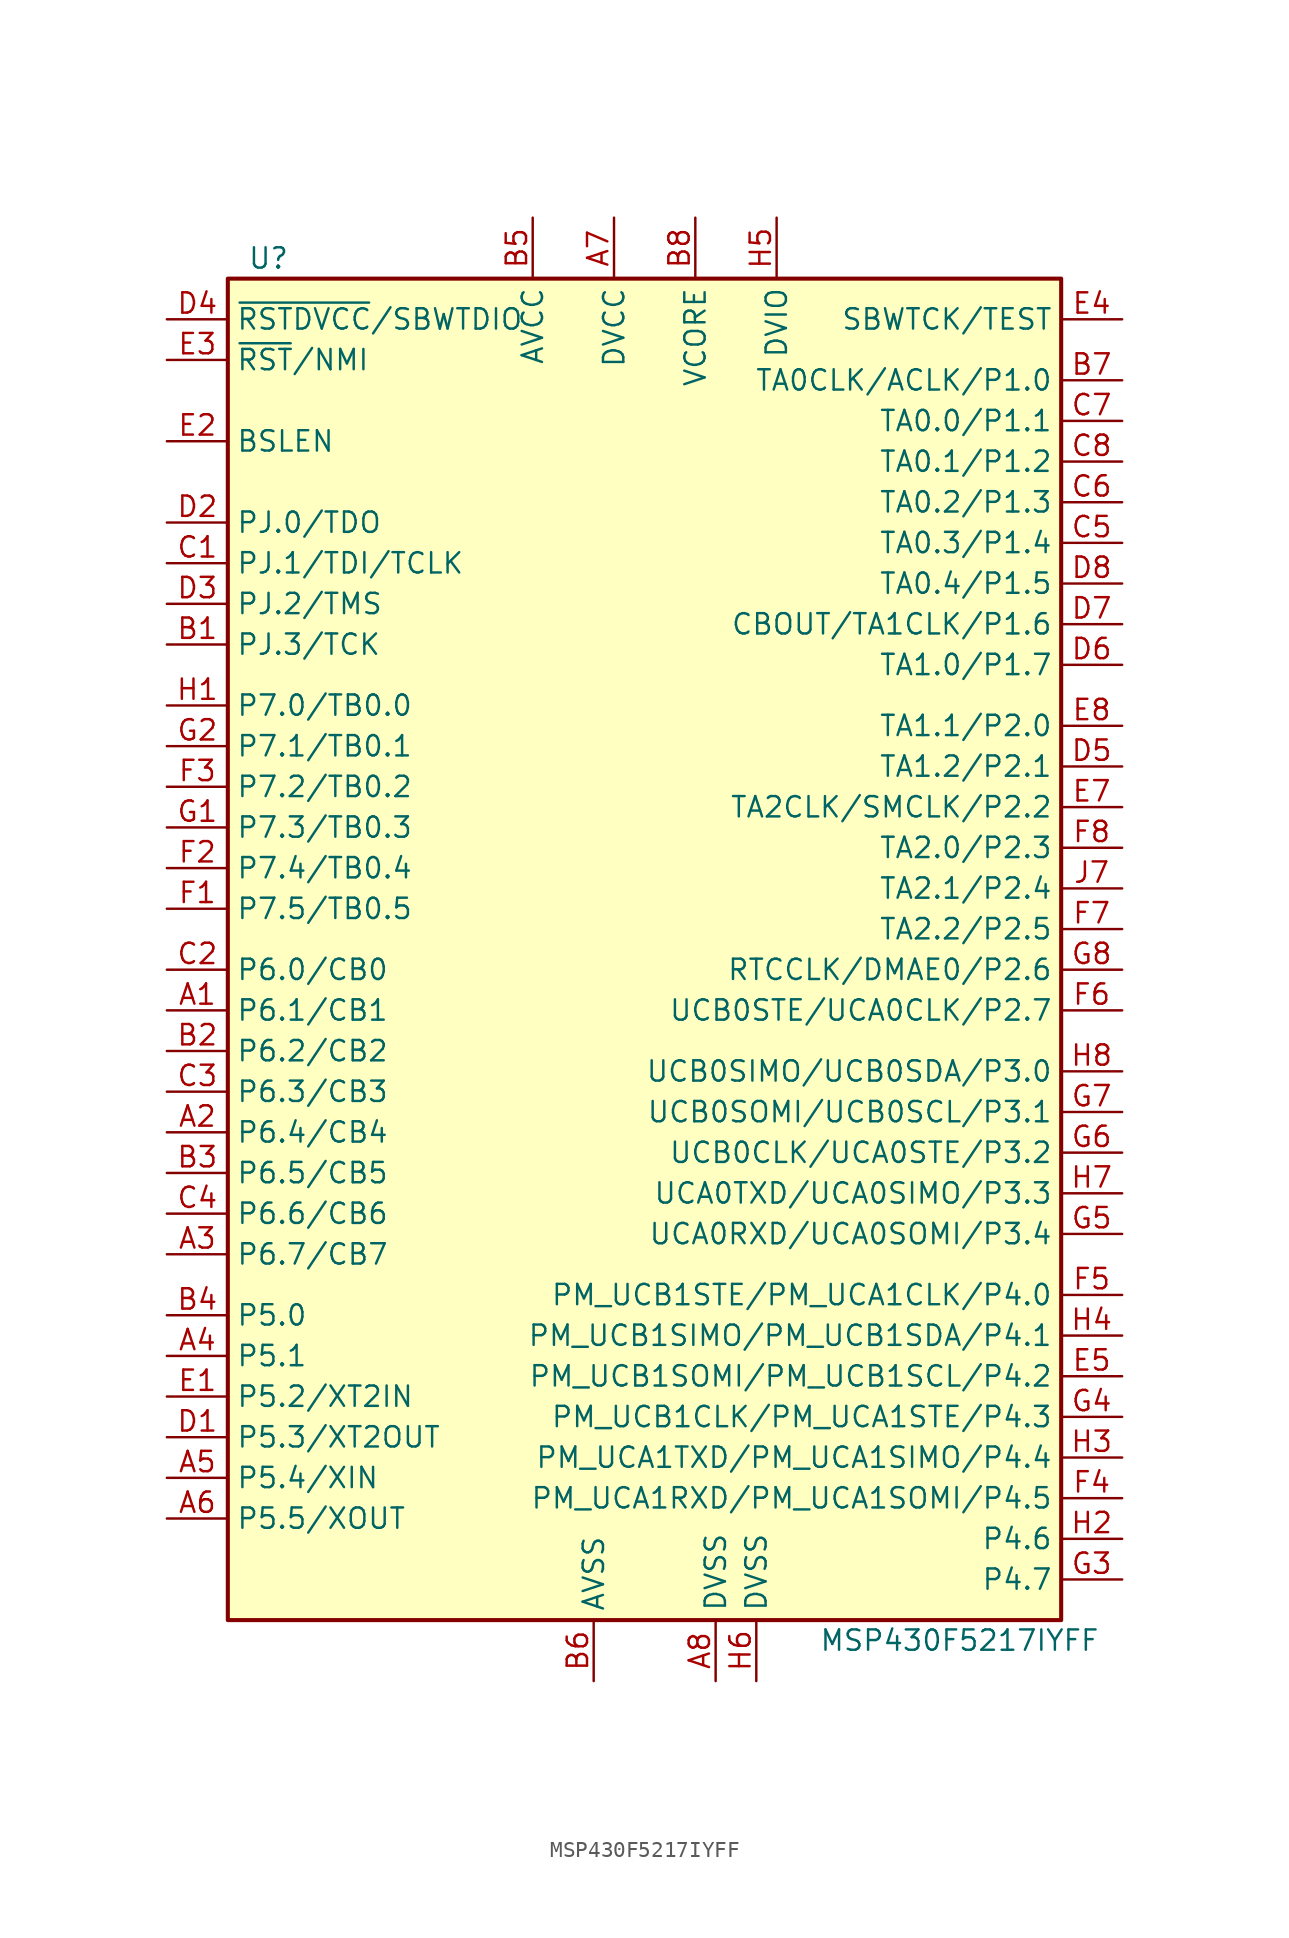
<source format=kicad_sym>
(kicad_symbol_lib
  (version 20241209)
  (generator "kicad_symbol_editor")
  (generator_version "9.0")
  (symbol "MSP430F5217IYFF"
    (property "Reference" "U"
      (at -24.13 43.18 0)
      (effects (font (size 1.27 1.27))))
    (property "Value" "MSP430F5217IYFF"
      (at 19.05 -43.18 0)
      (effects (font (size 1.27 1.27))))
    (symbol "MSP430F5217IYFF_0_1"
      (rectangle (start -26.67 41.91) (end 25.4 -41.91) (stroke (width 0.254) (type default)) (fill (type background))))
    (symbol "MSP430F5217IYFF_1_1"
      (pin bidirectional line (at -30.48 39.37 0) (length 3.81) (name "~{RSTDVCC}/SBWTDIO" (effects (font (size 1.27 1.27)))) (number "D4" (effects (font (size 1.27 1.27)))))
      (pin input line (at -30.48 36.83 0) (length 3.81) (name "~{RST}/NMI" (effects (font (size 1.27 1.27)))) (number "E3" (effects (font (size 1.27 1.27)))))
      (pin bidirectional line (at -30.48 31.75 0) (length 3.81) (name "BSLEN" (effects (font (size 1.27 1.27)))) (number "E2" (effects (font (size 1.27 1.27)))))
      (pin bidirectional line (at -30.48 26.67 0) (length 3.81) (name "PJ.0/TDO" (effects (font (size 1.27 1.27)))) (number "D2" (effects (font (size 1.27 1.27)))))
      (pin bidirectional line (at -30.48 24.13 0) (length 3.81) (name "PJ.1/TDI/TCLK" (effects (font (size 1.27 1.27)))) (number "C1" (effects (font (size 1.27 1.27)))))
      (pin bidirectional line (at -30.48 21.59 0) (length 3.81) (name "PJ.2/TMS" (effects (font (size 1.27 1.27)))) (number "D3" (effects (font (size 1.27 1.27)))))
      (pin bidirectional line (at -30.48 19.05 0) (length 3.81) (name "PJ.3/TCK" (effects (font (size 1.27 1.27)))) (number "B1" (effects (font (size 1.27 1.27)))))
      (pin bidirectional line (at -30.48 15.24 0) (length 3.81) (name "P7.0/TB0.0" (effects (font (size 1.27 1.27)))) (number "H1" (effects (font (size 1.27 1.27)))))
      (pin bidirectional line (at -30.48 12.7 0) (length 3.81) (name "P7.1/TB0.1" (effects (font (size 1.27 1.27)))) (number "G2" (effects (font (size 1.27 1.27)))))
      (pin bidirectional line (at -30.48 10.16 0) (length 3.81) (name "P7.2/TB0.2" (effects (font (size 1.27 1.27)))) (number "F3" (effects (font (size 1.27 1.27)))))
      (pin bidirectional line (at -30.48 7.62 0) (length 3.81) (name "P7.3/TB0.3" (effects (font (size 1.27 1.27)))) (number "G1" (effects (font (size 1.27 1.27)))))
      (pin bidirectional line (at -30.48 5.08 0) (length 3.81) (name "P7.4/TB0.4" (effects (font (size 1.27 1.27)))) (number "F2" (effects (font (size 1.27 1.27)))))
      (pin bidirectional line (at -30.48 2.54 0) (length 3.81) (name "P7.5/TB0.5" (effects (font (size 1.27 1.27)))) (number "F1" (effects (font (size 1.27 1.27)))))
      (pin bidirectional line (at -30.48 -1.27 0) (length 3.81) (name "P6.0/CB0" (effects (font (size 1.27 1.27)))) (number "C2" (effects (font (size 1.27 1.27)))))
      (pin bidirectional line (at -30.48 -3.81 0) (length 3.81) (name "P6.1/CB1" (effects (font (size 1.27 1.27)))) (number "A1" (effects (font (size 1.27 1.27)))))
      (pin bidirectional line (at -30.48 -6.35 0) (length 3.81) (name "P6.2/CB2" (effects (font (size 1.27 1.27)))) (number "B2" (effects (font (size 1.27 1.27)))))
      (pin bidirectional line (at -30.48 -8.89 0) (length 3.81) (name "P6.3/CB3" (effects (font (size 1.27 1.27)))) (number "C3" (effects (font (size 1.27 1.27)))))
      (pin bidirectional line (at -30.48 -11.43 0) (length 3.81) (name "P6.4/CB4" (effects (font (size 1.27 1.27)))) (number "A2" (effects (font (size 1.27 1.27)))))
      (pin bidirectional line (at -30.48 -13.97 0) (length 3.81) (name "P6.5/CB5" (effects (font (size 1.27 1.27)))) (number "B3" (effects (font (size 1.27 1.27)))))
      (pin bidirectional line (at -30.48 -16.51 0) (length 3.81) (name "P6.6/CB6" (effects (font (size 1.27 1.27)))) (number "C4" (effects (font (size 1.27 1.27)))))
      (pin bidirectional line (at -30.48 -19.05 0) (length 3.81) (name "P6.7/CB7" (effects (font (size 1.27 1.27)))) (number "A3" (effects (font (size 1.27 1.27)))))
      (pin bidirectional line (at -30.48 -22.86 0) (length 3.81) (name "P5.0" (effects (font (size 1.27 1.27)))) (number "B4" (effects (font (size 1.27 1.27)))))
      (pin bidirectional line (at -30.48 -25.4 0) (length 3.81) (name "P5.1" (effects (font (size 1.27 1.27)))) (number "A4" (effects (font (size 1.27 1.27)))))
      (pin bidirectional line (at -30.48 -27.94 0) (length 3.81) (name "P5.2/XT2IN" (effects (font (size 1.27 1.27)))) (number "E1" (effects (font (size 1.27 1.27)))))
      (pin bidirectional line (at -30.48 -30.48 0) (length 3.81) (name "P5.3/XT2OUT" (effects (font (size 1.27 1.27)))) (number "D1" (effects (font (size 1.27 1.27)))))
      (pin bidirectional line (at -30.48 -33.02 0) (length 3.81) (name "P5.4/XIN" (effects (font (size 1.27 1.27)))) (number "A5" (effects (font (size 1.27 1.27)))))
      (pin bidirectional line (at -30.48 -35.56 0) (length 3.81) (name "P5.5/XOUT" (effects (font (size 1.27 1.27)))) (number "A6" (effects (font (size 1.27 1.27)))))
      (pin power_in line (at -7.62 45.72 270) (length 3.81) (name "AVCC" (effects (font (size 1.27 1.27)))) (number "B5" (effects (font (size 1.27 1.27)))))
      (pin power_in line (at -3.81 -45.72 90) (length 3.81) (name "AVSS" (effects (font (size 1.27 1.27)))) (number "B6" (effects (font (size 1.27 1.27)))))
      (pin power_in line (at -2.54 45.72 270) (length 3.81) (name "DVCC" (effects (font (size 1.27 1.27)))) (number "A7" (effects (font (size 1.27 1.27)))))
      (pin power_in line (at 2.54 45.72 270) (length 3.81) (name "VCORE" (effects (font (size 1.27 1.27)))) (number "B8" (effects (font (size 1.27 1.27)))))
      (pin power_in line (at 3.81 -45.72 90) (length 3.81) (name "DVSS" (effects (font (size 1.27 1.27)))) (number "A8" (effects (font (size 1.27 1.27)))))
      (pin power_in line (at 6.35 -45.72 90) (length 3.81) (name "DVSS" (effects (font (size 1.27 1.27)))) (number "H6" (effects (font (size 1.27 1.27)))))
      (pin power_in line (at 7.62 45.72 270) (length 3.81) (name "DVIO" (effects (font (size 1.27 1.27)))) (number "H5" (effects (font (size 1.27 1.27)))))
      (pin input line (at 29.21 39.37 180) (length 3.81) (name "SBWTCK/TEST" (effects (font (size 1.27 1.27)))) (number "E4" (effects (font (size 1.27 1.27)))))
      (pin bidirectional line (at 29.21 35.56 180) (length 3.81) (name "TA0CLK/ACLK/P1.0" (effects (font (size 1.27 1.27)))) (number "B7" (effects (font (size 1.27 1.27)))))
      (pin bidirectional line (at 29.21 33.02 180) (length 3.81) (name "TA0.0/P1.1" (effects (font (size 1.27 1.27)))) (number "C7" (effects (font (size 1.27 1.27)))))
      (pin bidirectional line (at 29.21 30.48 180) (length 3.81) (name "TA0.1/P1.2" (effects (font (size 1.27 1.27)))) (number "C8" (effects (font (size 1.27 1.27)))))
      (pin bidirectional line (at 29.21 27.94 180) (length 3.81) (name "TA0.2/P1.3" (effects (font (size 1.27 1.27)))) (number "C6" (effects (font (size 1.27 1.27)))))
      (pin bidirectional line (at 29.21 25.4 180) (length 3.81) (name "TA0.3/P1.4" (effects (font (size 1.27 1.27)))) (number "C5" (effects (font (size 1.27 1.27)))))
      (pin bidirectional line (at 29.21 22.86 180) (length 3.81) (name "TA0.4/P1.5" (effects (font (size 1.27 1.27)))) (number "D8" (effects (font (size 1.27 1.27)))))
      (pin bidirectional line (at 29.21 20.32 180) (length 3.81) (name "CBOUT/TA1CLK/P1.6" (effects (font (size 1.27 1.27)))) (number "D7" (effects (font (size 1.27 1.27)))))
      (pin bidirectional line (at 29.21 17.78 180) (length 3.81) (name "TA1.0/P1.7" (effects (font (size 1.27 1.27)))) (number "D6" (effects (font (size 1.27 1.27)))))
      (pin bidirectional line (at 29.21 13.97 180) (length 3.81) (name "TA1.1/P2.0" (effects (font (size 1.27 1.27)))) (number "E8" (effects (font (size 1.27 1.27)))))
      (pin bidirectional line (at 29.21 11.43 180) (length 3.81) (name "TA1.2/P2.1" (effects (font (size 1.27 1.27)))) (number "D5" (effects (font (size 1.27 1.27)))))
      (pin bidirectional line (at 29.21 8.89 180) (length 3.81) (name "TA2CLK/SMCLK/P2.2" (effects (font (size 1.27 1.27)))) (number "E7" (effects (font (size 1.27 1.27)))))
      (pin bidirectional line (at 29.21 6.35 180) (length 3.81) (name "TA2.0/P2.3" (effects (font (size 1.27 1.27)))) (number "F8" (effects (font (size 1.27 1.27)))))
      (pin bidirectional line (at 29.21 3.81 180) (length 3.81) (name "TA2.1/P2.4" (effects (font (size 1.27 1.27)))) (number "J7" (effects (font (size 1.27 1.27)))))
      (pin bidirectional line (at 29.21 1.27 180) (length 3.81) (name "TA2.2/P2.5" (effects (font (size 1.27 1.27)))) (number "F7" (effects (font (size 1.27 1.27)))))
      (pin bidirectional line (at 29.21 -1.27 180) (length 3.81) (name "RTCCLK/DMAE0/P2.6" (effects (font (size 1.27 1.27)))) (number "G8" (effects (font (size 1.27 1.27)))))
      (pin bidirectional line (at 29.21 -3.81 180) (length 3.81) (name "UCB0STE/UCA0CLK/P2.7" (effects (font (size 1.27 1.27)))) (number "F6" (effects (font (size 1.27 1.27)))))
      (pin bidirectional line (at 29.21 -7.62 180) (length 3.81) (name "UCB0SIMO/UCB0SDA/P3.0" (effects (font (size 1.27 1.27)))) (number "H8" (effects (font (size 1.27 1.27)))))
      (pin bidirectional line (at 29.21 -10.16 180) (length 3.81) (name "UCB0SOMI/UCB0SCL/P3.1" (effects (font (size 1.27 1.27)))) (number "G7" (effects (font (size 1.27 1.27)))))
      (pin bidirectional line (at 29.21 -12.7 180) (length 3.81) (name "UCB0CLK/UCA0STE/P3.2" (effects (font (size 1.27 1.27)))) (number "G6" (effects (font (size 1.27 1.27)))))
      (pin bidirectional line (at 29.21 -15.24 180) (length 3.81) (name "UCA0TXD/UCA0SIMO/P3.3" (effects (font (size 1.27 1.27)))) (number "H7" (effects (font (size 1.27 1.27)))))
      (pin bidirectional line (at 29.21 -17.78 180) (length 3.81) (name "UCA0RXD/UCA0SOMI/P3.4" (effects (font (size 1.27 1.27)))) (number "G5" (effects (font (size 1.27 1.27)))))
      (pin bidirectional line (at 29.21 -21.59 180) (length 3.81) (name "PM_UCB1STE/PM_UCA1CLK/P4.0" (effects (font (size 1.27 1.27)))) (number "F5" (effects (font (size 1.27 1.27)))))
      (pin bidirectional line (at 29.21 -24.13 180) (length 3.81) (name "PM_UCB1SIMO/PM_UCB1SDA/P4.1" (effects (font (size 1.27 1.27)))) (number "H4" (effects (font (size 1.27 1.27)))))
      (pin bidirectional line (at 29.21 -26.67 180) (length 3.81) (name "PM_UCB1SOMI/PM_UCB1SCL/P4.2" (effects (font (size 1.27 1.27)))) (number "E5" (effects (font (size 1.27 1.27)))))
      (pin bidirectional line (at 29.21 -29.21 180) (length 3.81) (name "PM_UCB1CLK/PM_UCA1STE/P4.3" (effects (font (size 1.27 1.27)))) (number "G4" (effects (font (size 1.27 1.27)))))
      (pin bidirectional line (at 29.21 -31.75 180) (length 3.81) (name "PM_UCA1TXD/PM_UCA1SIMO/P4.4" (effects (font (size 1.27 1.27)))) (number "H3" (effects (font (size 1.27 1.27)))))
      (pin bidirectional line (at 29.21 -34.29 180) (length 3.81) (name "PM_UCA1RXD/PM_UCA1SOMI/P4.5" (effects (font (size 1.27 1.27)))) (number "F4" (effects (font (size 1.27 1.27)))))
      (pin bidirectional line (at 29.21 -36.83 180) (length 3.81) (name "P4.6" (effects (font (size 1.27 1.27)))) (number "H2" (effects (font (size 1.27 1.27)))))
      (pin bidirectional line (at 29.21 -39.37 180) (length 3.81) (name "P4.7" (effects (font (size 1.27 1.27)))) (number "G3" (effects (font (size 1.27 1.27))))))))
</source>
